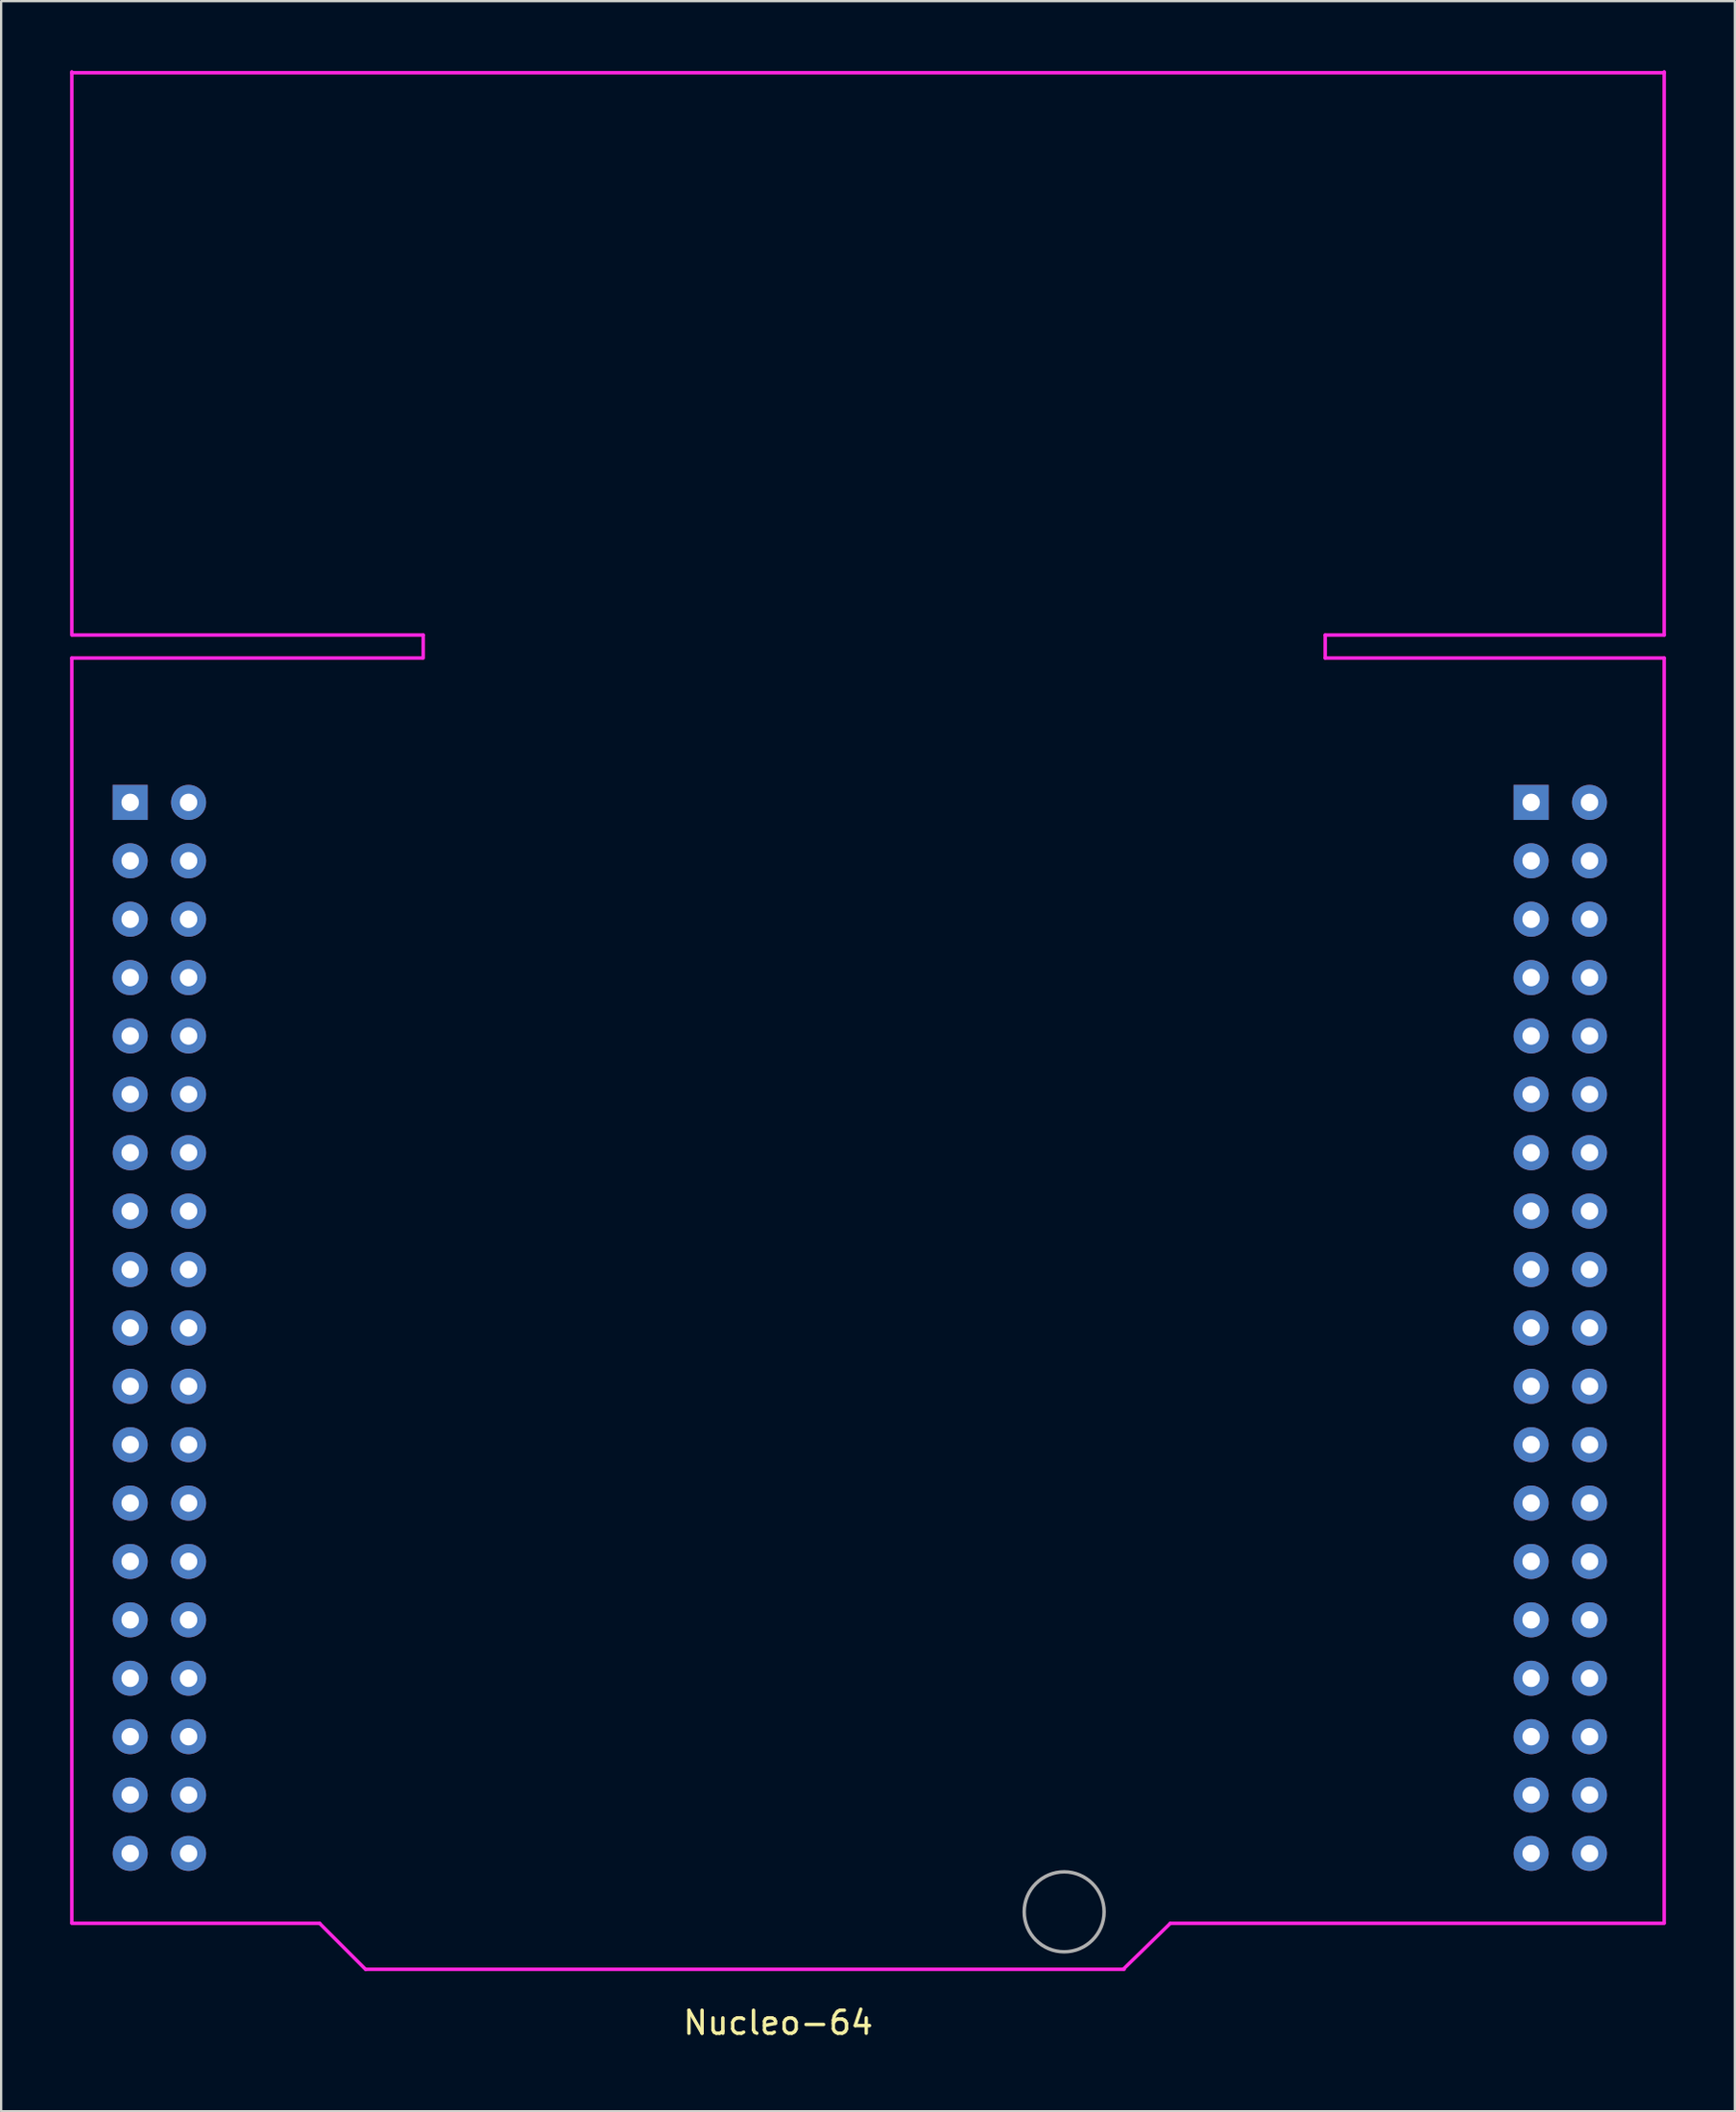
<source format=kicad_pcb>
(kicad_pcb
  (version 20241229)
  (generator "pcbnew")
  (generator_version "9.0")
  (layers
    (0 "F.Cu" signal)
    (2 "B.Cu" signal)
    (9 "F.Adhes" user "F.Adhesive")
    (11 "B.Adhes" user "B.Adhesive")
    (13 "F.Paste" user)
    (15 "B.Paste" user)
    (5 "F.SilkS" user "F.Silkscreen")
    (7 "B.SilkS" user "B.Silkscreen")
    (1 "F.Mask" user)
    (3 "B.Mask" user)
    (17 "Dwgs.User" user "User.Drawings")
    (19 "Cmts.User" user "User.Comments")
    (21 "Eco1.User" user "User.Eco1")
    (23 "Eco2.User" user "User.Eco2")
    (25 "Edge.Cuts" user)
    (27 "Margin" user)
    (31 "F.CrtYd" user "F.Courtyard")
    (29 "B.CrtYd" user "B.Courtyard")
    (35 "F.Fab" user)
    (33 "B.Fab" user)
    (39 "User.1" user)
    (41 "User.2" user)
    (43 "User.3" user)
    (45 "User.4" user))
  (footprint "Nucleo-64"
    (layer "F.Cu")
    (at 32.865 50.325)
    (property "Reference" "Nucleo-64" (at -2.056 34.616 0) (layer "F.SilkS") (effects (font (size 1 1) (thickness 0.15))))
    (attr through_hole)
    (fp_line (start -32.79 -50.25) (end -32.79 -25.75) (stroke (width 0.15) (type solid)) (layer "F.CrtYd"))
    (fp_line (start -32.79 -24.75) (end -32.79 30.25) (stroke (width 0.15) (type solid)) (layer "F.CrtYd"))
    (fp_line (start -32.79 30.29) (end -22 30.29) (stroke (width 0.15) (type solid)) (layer "F.CrtYd"))
    (fp_line (start -32.75 -25.75) (end -17.5 -25.75) (stroke (width 0.15) (type solid)) (layer "F.CrtYd"))
    (fp_line (start -22 30.3) (end -20 32.3) (stroke (width 0.15) (type solid)) (layer "F.CrtYd"))
    (fp_line (start -20 32.29) (end 13 32.29) (stroke (width 0.15) (type solid)) (layer "F.CrtYd"))
    (fp_line (start -17.55 -24.75) (end -32.79 -24.75) (stroke (width 0.15) (type solid)) (layer "F.CrtYd"))
    (fp_line (start -17.5 -25.75) (end -17.5 -24.75) (stroke (width 0.15) (type solid)) (layer "F.CrtYd"))
    (fp_line (start 12.98 32.27) (end 15 30.3) (stroke (width 0.15) (type solid)) (layer "F.CrtYd"))
    (fp_line (start 15 30.29) (end 36.5 30.29) (stroke (width 0.15) (type solid)) (layer "F.CrtYd"))
    (fp_line (start 21.75 -25.75) (end 36.5 -25.75) (stroke (width 0.15) (type solid)) (layer "F.CrtYd"))
    (fp_line (start 21.75 -24.75) (end 21.75 -25.75) (stroke (width 0.15) (type solid)) (layer "F.CrtYd"))
    (fp_line (start 36.5 -25.75) (end 36.5 -50.25) (stroke (width 0.15) (type solid)) (layer "F.CrtYd"))
    (fp_line (start 36.5 -24.75) (end 21.75 -24.75) (stroke (width 0.15) (type solid)) (layer "F.CrtYd"))
    (fp_line (start 36.5 30.25) (end 36.5 -24.75) (stroke (width 0.15) (type solid)) (layer "F.CrtYd"))
    (fp_line (start 36.5 -50.21) (end -32.79 -50.21) (stroke (width 0.15) (type solid)) (layer "F.CrtYd"))
    (fp_circle (center 10.39 29.79) (end 12.129 29.79) (stroke (width 0.15) (type solid)) (fill no) (layer "F.Fab"))
    (pad "1" thru_hole rect (at -30.25 -18.47) (size 1.524 1.524) (drill 0.762) (layers "*.Cu" "*.Mask"))
    (pad "2" thru_hole circle (at -27.71 -18.47) (size 1.524 1.524) (drill 0.762) (layers "*.Cu" "*.Mask"))
    (pad "3" thru_hole circle (at -30.25 -15.93) (size 1.524 1.524) (drill 0.762) (layers "*.Cu" "*.Mask"))
    (pad "4" thru_hole circle (at -27.71 -15.93) (size 1.524 1.524) (drill 0.762) (layers "*.Cu" "*.Mask"))
    (pad "5" thru_hole circle (at -30.25 -13.39) (size 1.524 1.524) (drill 0.762) (layers "*.Cu" "*.Mask"))
    (pad "6" thru_hole circle (at -27.71 -13.39) (size 1.524 1.524) (drill 0.762) (layers "*.Cu" "*.Mask"))
    (pad "7" thru_hole circle (at -30.25 -10.85) (size 1.524 1.524) (drill 0.762) (layers "*.Cu" "*.Mask"))
    (pad "8" thru_hole circle (at -27.71 -10.85) (size 1.524 1.524) (drill 0.762) (layers "*.Cu" "*.Mask"))
    (pad "9" thru_hole circle (at -30.25 -8.31) (size 1.524 1.524) (drill 0.762) (layers "*.Cu" "*.Mask"))
    (pad "10" thru_hole circle (at -27.71 -8.31) (size 1.524 1.524) (drill 0.762) (layers "*.Cu" "*.Mask"))
    (pad "11" thru_hole circle (at -30.25 -5.77) (size 1.524 1.524) (drill 0.762) (layers "*.Cu" "*.Mask"))
    (pad "12" thru_hole circle (at -27.71 -5.77) (size 1.524 1.524) (drill 0.762) (layers "*.Cu" "*.Mask"))
    (pad "13" thru_hole circle (at -30.25 -3.23) (size 1.524 1.524) (drill 0.762) (layers "*.Cu" "*.Mask"))
    (pad "14" thru_hole circle (at -27.71 -3.23) (size 1.524 1.524) (drill 0.762) (layers "*.Cu" "*.Mask"))
    (pad "15" thru_hole circle (at -30.25 -0.69) (size 1.524 1.524) (drill 0.762) (layers "*.Cu" "*.Mask"))
    (pad "16" thru_hole circle (at -27.71 -0.69) (size 1.524 1.524) (drill 0.762) (layers "*.Cu" "*.Mask"))
    (pad "17" thru_hole circle (at -30.25 1.85) (size 1.524 1.524) (drill 0.762) (layers "*.Cu" "*.Mask"))
    (pad "18" thru_hole circle (at -27.71 1.85) (size 1.524 1.524) (drill 0.762) (layers "*.Cu" "*.Mask"))
    (pad "19" thru_hole circle (at -30.25 4.39) (size 1.524 1.524) (drill 0.762) (layers "*.Cu" "*.Mask"))
    (pad "20" thru_hole circle (at -27.71 4.39) (size 1.524 1.524) (drill 0.762) (layers "*.Cu" "*.Mask"))
    (pad "21" thru_hole circle (at -30.25 6.93) (size 1.524 1.524) (drill 0.762) (layers "*.Cu" "*.Mask"))
    (pad "22" thru_hole circle (at -27.71 6.93) (size 1.524 1.524) (drill 0.762) (layers "*.Cu" "*.Mask"))
    (pad "23" thru_hole circle (at -30.25 9.47) (size 1.524 1.524) (drill 0.762) (layers "*.Cu" "*.Mask"))
    (pad "24" thru_hole circle (at -27.71 9.47) (size 1.524 1.524) (drill 0.762) (layers "*.Cu" "*.Mask"))
    (pad "25" thru_hole circle (at -30.25 12.01) (size 1.524 1.524) (drill 0.762) (layers "*.Cu" "*.Mask"))
    (pad "26" thru_hole circle (at -27.71 12.01) (size 1.524 1.524) (drill 0.762) (layers "*.Cu" "*.Mask"))
    (pad "27" thru_hole circle (at -30.25 14.55) (size 1.524 1.524) (drill 0.762) (layers "*.Cu" "*.Mask"))
    (pad "28" thru_hole circle (at -27.71 14.55) (size 1.524 1.524) (drill 0.762) (layers "*.Cu" "*.Mask"))
    (pad "29" thru_hole circle (at -30.25 17.09) (size 1.524 1.524) (drill 0.762) (layers "*.Cu" "*.Mask"))
    (pad "30" thru_hole circle (at -27.71 17.09) (size 1.524 1.524) (drill 0.762) (layers "*.Cu" "*.Mask"))
    (pad "31" thru_hole circle (at -30.25 19.63) (size 1.524 1.524) (drill 0.762) (layers "*.Cu" "*.Mask"))
    (pad "32" thru_hole circle (at -27.71 19.63) (size 1.524 1.524) (drill 0.762) (layers "*.Cu" "*.Mask"))
    (pad "33" thru_hole circle (at -30.25 22.17) (size 1.524 1.524) (drill 0.762) (layers "*.Cu" "*.Mask"))
    (pad "34" thru_hole circle (at -27.71 22.17) (size 1.524 1.524) (drill 0.762) (layers "*.Cu" "*.Mask"))
    (pad "35" thru_hole circle (at -30.25 24.71) (size 1.524 1.524) (drill 0.762) (layers "*.Cu" "*.Mask"))
    (pad "36" thru_hole circle (at -27.71 24.71) (size 1.524 1.524) (drill 0.762) (layers "*.Cu" "*.Mask"))
    (pad "37" thru_hole circle (at -30.25 27.25) (size 1.524 1.524) (drill 0.762) (layers "*.Cu" "*.Mask"))
    (pad "38" thru_hole circle (at -27.71 27.25) (size 1.524 1.524) (drill 0.762) (layers "*.Cu" "*.Mask"))
    (pad "39" thru_hole rect (at 30.71 -18.47) (size 1.524 1.524) (drill 0.762) (layers "*.Cu" "*.Mask"))
    (pad "40" thru_hole circle (at 33.25 -18.47) (size 1.524 1.524) (drill 0.762) (layers "*.Cu" "*.Mask"))
    (pad "41" thru_hole circle (at 30.71 -15.93) (size 1.524 1.524) (drill 0.762) (layers "*.Cu" "*.Mask"))
    (pad "42" thru_hole circle (at 33.25 -15.93) (size 1.524 1.524) (drill 0.762) (layers "*.Cu" "*.Mask"))
    (pad "43" thru_hole circle (at 30.71 -13.39) (size 1.524 1.524) (drill 0.762) (layers "*.Cu" "*.Mask"))
    (pad "44" thru_hole circle (at 33.25 -13.39) (size 1.524 1.524) (drill 0.762) (layers "*.Cu" "*.Mask"))
    (pad "45" thru_hole circle (at 30.71 -10.85) (size 1.524 1.524) (drill 0.762) (layers "*.Cu" "*.Mask"))
    (pad "46" thru_hole circle (at 33.25 -10.85) (size 1.524 1.524) (drill 0.762) (layers "*.Cu" "*.Mask"))
    (pad "47" thru_hole circle (at 30.71 -8.31) (size 1.524 1.524) (drill 0.762) (layers "*.Cu" "*.Mask"))
    (pad "48" thru_hole circle (at 33.25 -8.31) (size 1.524 1.524) (drill 0.762) (layers "*.Cu" "*.Mask"))
    (pad "49" thru_hole circle (at 30.71 -5.77) (size 1.524 1.524) (drill 0.762) (layers "*.Cu" "*.Mask"))
    (pad "50" thru_hole circle (at 33.25 -5.77) (size 1.524 1.524) (drill 0.762) (layers "*.Cu" "*.Mask"))
    (pad "51" thru_hole circle (at 30.71 -3.23) (size 1.524 1.524) (drill 0.762) (layers "*.Cu" "*.Mask"))
    (pad "52" thru_hole circle (at 33.25 -3.23) (size 1.524 1.524) (drill 0.762) (layers "*.Cu" "*.Mask"))
    (pad "53" thru_hole circle (at 30.71 -0.69) (size 1.524 1.524) (drill 0.762) (layers "*.Cu" "*.Mask"))
    (pad "54" thru_hole circle (at 33.25 -0.69) (size 1.524 1.524) (drill 0.762) (layers "*.Cu" "*.Mask"))
    (pad "55" thru_hole circle (at 30.71 1.85) (size 1.524 1.524) (drill 0.762) (layers "*.Cu" "*.Mask"))
    (pad "56" thru_hole circle (at 33.25 1.85) (size 1.524 1.524) (drill 0.762) (layers "*.Cu" "*.Mask"))
    (pad "57" thru_hole circle (at 30.71 4.39) (size 1.524 1.524) (drill 0.762) (layers "*.Cu" "*.Mask"))
    (pad "58" thru_hole circle (at 33.25 4.39) (size 1.524 1.524) (drill 0.762) (layers "*.Cu" "*.Mask"))
    (pad "59" thru_hole circle (at 30.71 6.93) (size 1.524 1.524) (drill 0.762) (layers "*.Cu" "*.Mask"))
    (pad "60" thru_hole circle (at 33.25 6.93) (size 1.524 1.524) (drill 0.762) (layers "*.Cu" "*.Mask"))
    (pad "61" thru_hole circle (at 30.71 9.47) (size 1.524 1.524) (drill 0.762) (layers "*.Cu" "*.Mask"))
    (pad "62" thru_hole circle (at 33.25 9.47) (size 1.524 1.524) (drill 0.762) (layers "*.Cu" "*.Mask"))
    (pad "63" thru_hole circle (at 30.71 12.01) (size 1.524 1.524) (drill 0.762) (layers "*.Cu" "*.Mask"))
    (pad "64" thru_hole circle (at 33.25 12.01) (size 1.524 1.524) (drill 0.762) (layers "*.Cu" "*.Mask"))
    (pad "65" thru_hole circle (at 30.71 14.55) (size 1.524 1.524) (drill 0.762) (layers "*.Cu" "*.Mask"))
    (pad "66" thru_hole circle (at 33.25 14.55) (size 1.524 1.524) (drill 0.762) (layers "*.Cu" "*.Mask"))
    (pad "67" thru_hole circle (at 30.71 17.09) (size 1.524 1.524) (drill 0.762) (layers "*.Cu" "*.Mask"))
    (pad "68" thru_hole circle (at 33.25 17.09) (size 1.524 1.524) (drill 0.762) (layers "*.Cu" "*.Mask"))
    (pad "69" thru_hole circle (at 30.71 19.63) (size 1.524 1.524) (drill 0.762) (layers "*.Cu" "*.Mask"))
    (pad "70" thru_hole circle (at 33.25 19.63) (size 1.524 1.524) (drill 0.762) (layers "*.Cu" "*.Mask"))
    (pad "71" thru_hole circle (at 30.71 22.17) (size 1.524 1.524) (drill 0.762) (layers "*.Cu" "*.Mask"))
    (pad "72" thru_hole circle (at 33.25 22.17) (size 1.524 1.524) (drill 0.762) (layers "*.Cu" "*.Mask"))
    (pad "73" thru_hole circle (at 30.71 24.71) (size 1.524 1.524) (drill 0.762) (layers "*.Cu" "*.Mask"))
    (pad "74" thru_hole circle (at 33.25 24.71) (size 1.524 1.524) (drill 0.762) (layers "*.Cu" "*.Mask"))
    (pad "75" thru_hole circle (at 30.71 27.25) (size 1.524 1.524) (drill 0.762) (layers "*.Cu" "*.Mask"))
    (pad "76" thru_hole circle (at 33.25 27.25) (size 1.524 1.524) (drill 0.762) (layers "*.Cu" "*.Mask")))
  (gr_rect
    (start -3 -3)
    (end 72.44 88.789)
    (stroke (width 0.1) (type default))
    (fill no)
    (layer "Edge.Cuts")))
</source>
